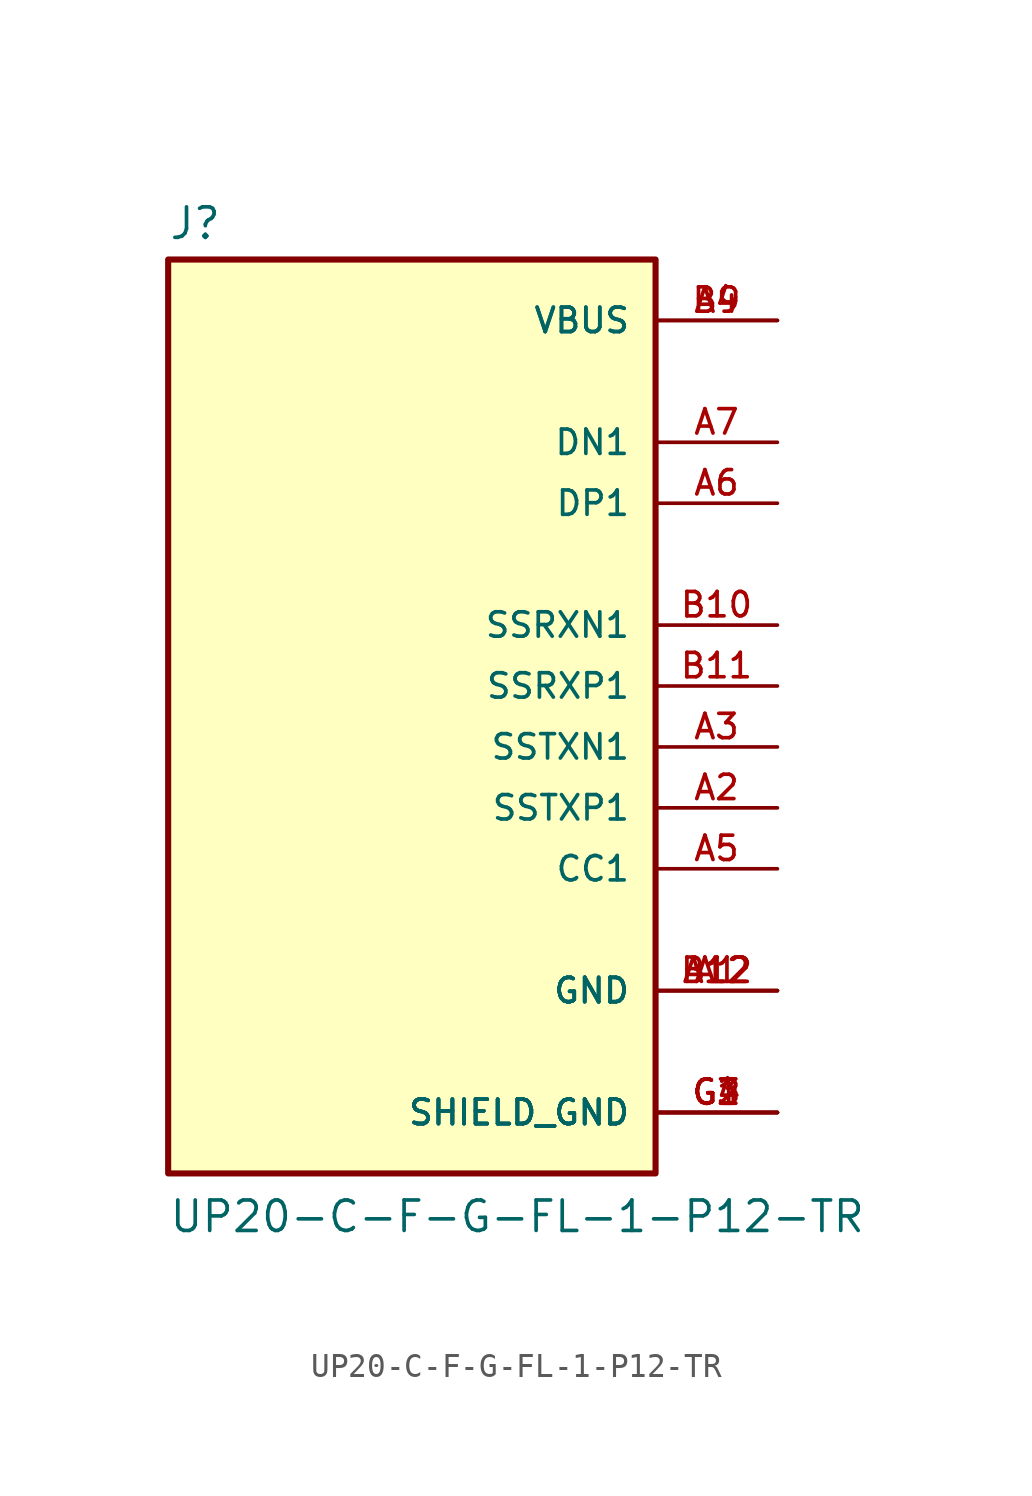
<source format=kicad_sym>
(kicad_symbol_lib
  (version 20211014)
  (generator kicad_symbol_editor)
  (symbol "UP20-C-F-G-FL-1-P12-TR"
    (pin_names
      (offset 1.016))
    (property "Reference" "J"
      (at -10.16 18.542 0)
      (effects (font (size 1.27 1.27)) (justify bottom left)))
    (property "Value" "UP20-C-F-G-FL-1-P12-TR"
      (at -10.16 -22.86 0)
      (effects (font (size 1.27 1.27)) (justify bottom left)))
    (symbol "UP20-C-F-G-FL-1-P12-TR_0_0"
      (rectangle (start -10.16 -20.32) (end 10.16 17.78) (stroke (width 0.254)) (fill (type background)))
      (pin passive line (at 15.24 15.24 180.0) (length 5.08) (name "VBUS" (effects (font (size 1.016 1.016)))) (number "A4" (effects (font (size 1.016 1.016)))))
      (pin passive line (at 15.24 15.24 180.0) (length 5.08) (name "VBUS" (effects (font (size 1.016 1.016)))) (number "B9" (effects (font (size 1.016 1.016)))))
      (pin passive line (at 15.24 10.16 180.0) (length 5.08) (name "DN1" (effects (font (size 1.016 1.016)))) (number "A7" (effects (font (size 1.016 1.016)))))
      (pin passive line (at 15.24 7.62 180.0) (length 5.08) (name "DP1" (effects (font (size 1.016 1.016)))) (number "A6" (effects (font (size 1.016 1.016)))))
      (pin passive line (at 15.24 -12.7 180.0) (length 5.08) (name "GND" (effects (font (size 1.016 1.016)))) (number "A1" (effects (font (size 1.016 1.016)))))
      (pin passive line (at 15.24 -12.7 180.0) (length 5.08) (name "GND" (effects (font (size 1.016 1.016)))) (number "A12" (effects (font (size 1.016 1.016)))))
      (pin passive line (at 15.24 -12.7 180.0) (length 5.08) (name "GND" (effects (font (size 1.016 1.016)))) (number "B12" (effects (font (size 1.016 1.016)))))
      (pin passive line (at 15.24 2.54 180.0) (length 5.08) (name "SSRXN1" (effects (font (size 1.016 1.016)))) (number "B10" (effects (font (size 1.016 1.016)))))
      (pin passive line (at 15.24 0.0 180.0) (length 5.08) (name "SSRXP1" (effects (font (size 1.016 1.016)))) (number "B11" (effects (font (size 1.016 1.016)))))
      (pin passive line (at 15.24 -2.54 180.0) (length 5.08) (name "SSTXN1" (effects (font (size 1.016 1.016)))) (number "A3" (effects (font (size 1.016 1.016)))))
      (pin passive line (at 15.24 -5.08 180.0) (length 5.08) (name "SSTXP1" (effects (font (size 1.016 1.016)))) (number "A2" (effects (font (size 1.016 1.016)))))
      (pin passive line (at 15.24 -7.62 180.0) (length 5.08) (name "CC1" (effects (font (size 1.016 1.016)))) (number "A5" (effects (font (size 1.016 1.016)))))
      (pin passive line (at 15.24 -17.78 180.0) (length 5.08) (name "SHIELD_GND" (effects (font (size 1.016 1.016)))) (number "G1" (effects (font (size 1.016 1.016)))))
      (pin passive line (at 15.24 -17.78 180.0) (length 5.08) (name "SHIELD_GND" (effects (font (size 1.016 1.016)))) (number "G2" (effects (font (size 1.016 1.016)))))
      (pin passive line (at 15.24 -17.78 180.0) (length 5.08) (name "SHIELD_GND" (effects (font (size 1.016 1.016)))) (number "G3" (effects (font (size 1.016 1.016)))))
      (pin passive line (at 15.24 -17.78 180.0) (length 5.08) (name "SHIELD_GND" (effects (font (size 1.016 1.016)))) (number "G4" (effects (font (size 1.016 1.016))))))))
</source>
